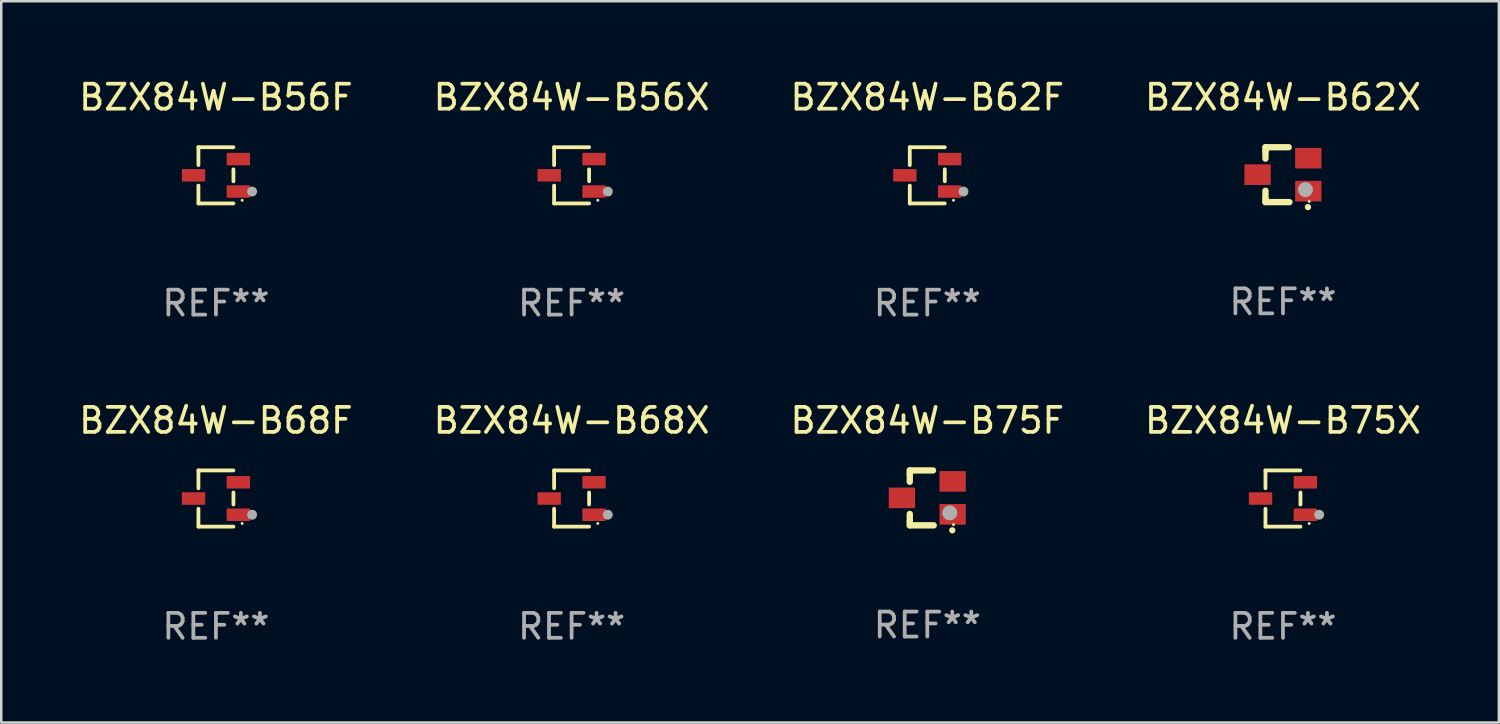
<source format=kicad_pcb>
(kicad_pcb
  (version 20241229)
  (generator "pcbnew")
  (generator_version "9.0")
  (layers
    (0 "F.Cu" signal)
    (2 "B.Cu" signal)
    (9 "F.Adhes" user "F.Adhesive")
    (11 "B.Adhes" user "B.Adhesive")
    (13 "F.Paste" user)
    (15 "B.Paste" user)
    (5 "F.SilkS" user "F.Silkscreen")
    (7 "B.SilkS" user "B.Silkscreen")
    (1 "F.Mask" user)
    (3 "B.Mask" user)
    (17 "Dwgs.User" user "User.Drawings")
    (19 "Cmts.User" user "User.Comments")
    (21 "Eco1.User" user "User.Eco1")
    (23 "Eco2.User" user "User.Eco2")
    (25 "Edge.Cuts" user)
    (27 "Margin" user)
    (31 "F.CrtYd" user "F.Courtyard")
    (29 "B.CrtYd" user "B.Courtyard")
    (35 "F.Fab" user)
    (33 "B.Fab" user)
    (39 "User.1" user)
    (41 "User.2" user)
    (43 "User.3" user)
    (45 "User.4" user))
  (footprint "BZX84W-B62F"
    (layer "F.Cu")
    (at 34.101 3.974)
    (property "Reference" "BZX84W-B62F" (at 0 -3.126 0) (layer "F.SilkS") (effects (font (size 1 1) (thickness 0.15))))
    (attr through_hole)
    (fp_line (start -0.701 -1.126) (end -0.701 -0.411) (stroke (width 0.152) (type solid)) (layer "F.SilkS"))
    (fp_line (start -0.701 1.126) (end -0.701 0.411) (stroke (width 0.152) (type solid)) (layer "F.SilkS"))
    (fp_line (start 0.701 -1.126) (end -0.701 -1.126) (stroke (width 0.152) (type solid)) (layer "F.SilkS"))
    (fp_line (start 0.701 -0.239) (end 0.701 0.239) (stroke (width 0.152) (type solid)) (layer "F.SilkS"))
    (fp_line (start 0.701 1.126) (end -0.701 1.126) (stroke (width 0.152) (type solid)) (layer "F.SilkS"))
    (fp_circle (center 1.05 1) (end 1.08 1) (stroke (width 0.06) (type solid)) (fill no) (layer "F.SilkS"))
    (fp_circle (center 1.45 0.65) (end 1.55 0.65) (stroke (width 0.2) (type solid)) (fill no) (layer "F.Fab"))
    (fp_text user "REF**" (at 0 5.126 0) (layer "F.Fab") (effects (font (size 1 1) (thickness 0.15))))
    (pad "1" smd rect (at 0.898 0.65) (size 0.936 0.5) (layers "F.Cu" "F.Mask" "F.Paste"))
    (pad "2" smd rect (at 0.898 -0.65) (size 0.936 0.5) (layers "F.Cu" "F.Mask" "F.Paste"))
    (pad "3" smd rect (at -0.898 0) (size 0.936 0.5) (layers "F.Cu" "F.Mask" "F.Paste")))
  (footprint "BZX84W-B56F"
    (layer "F.Cu")
    (at 5.601 3.974)
    (property "Reference" "BZX84W-B56F" (at 0 -3.126 0) (layer "F.SilkS") (effects (font (size 1 1) (thickness 0.15))))
    (attr through_hole)
    (fp_line (start -0.701 -1.126) (end -0.701 -0.411) (stroke (width 0.152) (type solid)) (layer "F.SilkS"))
    (fp_line (start -0.701 1.126) (end -0.701 0.411) (stroke (width 0.152) (type solid)) (layer "F.SilkS"))
    (fp_line (start 0.701 -1.126) (end -0.701 -1.126) (stroke (width 0.152) (type solid)) (layer "F.SilkS"))
    (fp_line (start 0.701 -0.239) (end 0.701 0.239) (stroke (width 0.152) (type solid)) (layer "F.SilkS"))
    (fp_line (start 0.701 1.126) (end -0.701 1.126) (stroke (width 0.152) (type solid)) (layer "F.SilkS"))
    (fp_circle (center 1.05 1) (end 1.08 1) (stroke (width 0.06) (type solid)) (fill no) (layer "F.SilkS"))
    (fp_circle (center 1.45 0.65) (end 1.55 0.65) (stroke (width 0.2) (type solid)) (fill no) (layer "F.Fab"))
    (fp_text user "REF**" (at 0 5.126 0) (layer "F.Fab") (effects (font (size 1 1) (thickness 0.15))))
    (pad "1" smd rect (at 0.898 0.65) (size 0.936 0.5) (layers "F.Cu" "F.Mask" "F.Paste"))
    (pad "2" smd rect (at 0.898 -0.65) (size 0.936 0.5) (layers "F.Cu" "F.Mask" "F.Paste"))
    (pad "3" smd rect (at -0.898 0) (size 0.936 0.5) (layers "F.Cu" "F.Mask" "F.Paste")))
  (footprint "BZX84W-B56X"
    (layer "F.Cu")
    (at 19.851 3.974)
    (property "Reference" "BZX84W-B56X" (at 0 -3.126 0) (layer "F.SilkS") (effects (font (size 1 1) (thickness 0.15))))
    (attr through_hole)
    (fp_line (start -0.701 -1.126) (end -0.701 -0.411) (stroke (width 0.152) (type solid)) (layer "F.SilkS"))
    (fp_line (start -0.701 1.126) (end -0.701 0.411) (stroke (width 0.152) (type solid)) (layer "F.SilkS"))
    (fp_line (start 0.701 -1.126) (end -0.701 -1.126) (stroke (width 0.152) (type solid)) (layer "F.SilkS"))
    (fp_line (start 0.701 -0.239) (end 0.701 0.239) (stroke (width 0.152) (type solid)) (layer "F.SilkS"))
    (fp_line (start 0.701 1.126) (end -0.701 1.126) (stroke (width 0.152) (type solid)) (layer "F.SilkS"))
    (fp_circle (center 1.05 1) (end 1.08 1) (stroke (width 0.06) (type solid)) (fill no) (layer "F.SilkS"))
    (fp_circle (center 1.45 0.65) (end 1.55 0.65) (stroke (width 0.2) (type solid)) (fill no) (layer "F.Fab"))
    (fp_text user "REF**" (at 0 5.126 0) (layer "F.Fab") (effects (font (size 1 1) (thickness 0.15))))
    (pad "1" smd rect (at 0.898 0.65) (size 0.936 0.5) (layers "F.Cu" "F.Mask" "F.Paste"))
    (pad "2" smd rect (at 0.898 -0.65) (size 0.936 0.5) (layers "F.Cu" "F.Mask" "F.Paste"))
    (pad "3" smd rect (at -0.898 0) (size 0.936 0.5) (layers "F.Cu" "F.Mask" "F.Paste")))
  (footprint "BZX84W-B68X"
    (layer "F.Cu")
    (at 19.851 16.923)
    (property "Reference" "BZX84W-B68X" (at 0 -3.126 0) (layer "F.SilkS") (effects (font (size 1 1) (thickness 0.15))))
    (attr through_hole)
    (fp_line (start -0.701 -1.126) (end -0.701 -0.411) (stroke (width 0.152) (type solid)) (layer "F.SilkS"))
    (fp_line (start -0.701 1.126) (end -0.701 0.411) (stroke (width 0.152) (type solid)) (layer "F.SilkS"))
    (fp_line (start 0.701 -1.126) (end -0.701 -1.126) (stroke (width 0.152) (type solid)) (layer "F.SilkS"))
    (fp_line (start 0.701 -0.239) (end 0.701 0.239) (stroke (width 0.152) (type solid)) (layer "F.SilkS"))
    (fp_line (start 0.701 1.126) (end -0.701 1.126) (stroke (width 0.152) (type solid)) (layer "F.SilkS"))
    (fp_circle (center 1.05 1) (end 1.08 1) (stroke (width 0.06) (type solid)) (fill no) (layer "F.SilkS"))
    (fp_circle (center 1.45 0.65) (end 1.55 0.65) (stroke (width 0.2) (type solid)) (fill no) (layer "F.Fab"))
    (fp_text user "REF**" (at 0 5.126 0) (layer "F.Fab") (effects (font (size 1 1) (thickness 0.15))))
    (pad "1" smd rect (at 0.898 0.65) (size 0.936 0.5) (layers "F.Cu" "F.Mask" "F.Paste"))
    (pad "2" smd rect (at 0.898 -0.65) (size 0.936 0.5) (layers "F.Cu" "F.Mask" "F.Paste"))
    (pad "3" smd rect (at -0.898 0) (size 0.936 0.5) (layers "F.Cu" "F.Mask" "F.Paste")))
  (footprint "BZX84W-B62X"
    (layer "F.Cu")
    (at 48.351 3.948)
    (property "Reference" "BZX84W-B62X" (at 0 -3.1 0) (layer "F.SilkS") (effects (font (size 1 1) (thickness 0.15))))
    (attr through_hole)
    (fp_line (start -0.701 -0.95) (end -0.701 -1.1) (stroke (width 0.254) (type solid)) (layer "F.SilkS"))
    (fp_line (start -0.701 -0.644) (end -0.701 -0.95) (stroke (width 0.254) (type solid)) (layer "F.SilkS"))
    (fp_line (start -0.701 0.95) (end -0.701 0.644) (stroke (width 0.254) (type solid)) (layer "F.SilkS"))
    (fp_line (start -0.701 0.95) (end -0.701 1.1) (stroke (width 0.254) (type solid)) (layer "F.SilkS"))
    (fp_line (start -0.7 -1.1) (end 0.23 -1.1) (stroke (width 0.254) (type solid)) (layer "F.SilkS"))
    (fp_line (start -0.7 1.1) (end 0.258 1.1) (stroke (width 0.254) (type solid)) (layer "F.SilkS"))
    (fp_arc (start 1 1.3) (mid 1.00127 1.299994) (end 1.00254 1.3) (stroke (width 0.24892) (type solid)) (layer "F.SilkS"))
    (fp_circle (center 1.05 1.075) (end 1.08 1.075) (stroke (width 0.06) (type solid)) (fill no) (layer "F.SilkS"))
    (fp_circle (center 0.9 0.6) (end 1.05 0.6) (stroke (width 0.3) (type solid)) (fill no) (layer "F.Fab"))
    (fp_text user "REF**" (at 0 5.1 0) (layer "F.Fab") (effects (font (size 1 1) (thickness 0.15))))
    (pad "1" smd rect (at 1.016 0.66) (size 1.054 0.826) (layers "F.Cu" "F.Mask" "F.Paste"))
    (pad "2" smd rect (at 1.016 -0.66) (size 1.054 0.826) (layers "F.Cu" "F.Mask" "F.Paste"))
    (pad "3" smd rect (at -1.016 0) (size 1.054 0.826) (layers "F.Cu" "F.Mask" "F.Paste")))
  (footprint "BZX84W-B75X"
    (layer "F.Cu")
    (at 48.351 16.923)
    (property "Reference" "BZX84W-B75X" (at 0 -3.126 0) (layer "F.SilkS") (effects (font (size 1 1) (thickness 0.15))))
    (attr through_hole)
    (fp_line (start -0.701 -1.126) (end -0.701 -0.411) (stroke (width 0.152) (type solid)) (layer "F.SilkS"))
    (fp_line (start -0.701 1.126) (end -0.701 0.411) (stroke (width 0.152) (type solid)) (layer "F.SilkS"))
    (fp_line (start 0.701 -1.126) (end -0.701 -1.126) (stroke (width 0.152) (type solid)) (layer "F.SilkS"))
    (fp_line (start 0.701 -0.239) (end 0.701 0.239) (stroke (width 0.152) (type solid)) (layer "F.SilkS"))
    (fp_line (start 0.701 1.126) (end -0.701 1.126) (stroke (width 0.152) (type solid)) (layer "F.SilkS"))
    (fp_circle (center 1.05 1) (end 1.08 1) (stroke (width 0.06) (type solid)) (fill no) (layer "F.SilkS"))
    (fp_circle (center 1.45 0.65) (end 1.55 0.65) (stroke (width 0.2) (type solid)) (fill no) (layer "F.Fab"))
    (fp_text user "REF**" (at 0 5.126 0) (layer "F.Fab") (effects (font (size 1 1) (thickness 0.15))))
    (pad "1" smd rect (at 0.898 0.65) (size 0.936 0.5) (layers "F.Cu" "F.Mask" "F.Paste"))
    (pad "2" smd rect (at 0.898 -0.65) (size 0.936 0.5) (layers "F.Cu" "F.Mask" "F.Paste"))
    (pad "3" smd rect (at -0.898 0) (size 0.936 0.5) (layers "F.Cu" "F.Mask" "F.Paste")))
  (footprint "BZX84W-B75F"
    (layer "F.Cu")
    (at 34.101 16.897)
    (property "Reference" "BZX84W-B75F" (at 0 -3.1 0) (layer "F.SilkS") (effects (font (size 1 1) (thickness 0.15))))
    (attr through_hole)
    (fp_line (start -0.701 -0.95) (end -0.701 -1.1) (stroke (width 0.254) (type solid)) (layer "F.SilkS"))
    (fp_line (start -0.701 -0.644) (end -0.701 -0.95) (stroke (width 0.254) (type solid)) (layer "F.SilkS"))
    (fp_line (start -0.701 0.95) (end -0.701 0.644) (stroke (width 0.254) (type solid)) (layer "F.SilkS"))
    (fp_line (start -0.701 0.95) (end -0.701 1.1) (stroke (width 0.254) (type solid)) (layer "F.SilkS"))
    (fp_line (start -0.7 -1.1) (end 0.23 -1.1) (stroke (width 0.254) (type solid)) (layer "F.SilkS"))
    (fp_line (start -0.7 1.1) (end 0.258 1.1) (stroke (width 0.254) (type solid)) (layer "F.SilkS"))
    (fp_arc (start 1 1.3) (mid 1.00127 1.299994) (end 1.00254 1.3) (stroke (width 0.24892) (type solid)) (layer "F.SilkS"))
    (fp_circle (center 1.05 1.075) (end 1.08 1.075) (stroke (width 0.06) (type solid)) (fill no) (layer "F.SilkS"))
    (fp_circle (center 0.9 0.6) (end 1.05 0.6) (stroke (width 0.3) (type solid)) (fill no) (layer "F.Fab"))
    (fp_text user "REF**" (at 0 5.1 0) (layer "F.Fab") (effects (font (size 1 1) (thickness 0.15))))
    (pad "1" smd rect (at 1.016 0.66) (size 1.054 0.826) (layers "F.Cu" "F.Mask" "F.Paste"))
    (pad "2" smd rect (at 1.016 -0.66) (size 1.054 0.826) (layers "F.Cu" "F.Mask" "F.Paste"))
    (pad "3" smd rect (at -1.016 0) (size 1.054 0.826) (layers "F.Cu" "F.Mask" "F.Paste")))
  (footprint "BZX84W-B68F"
    (layer "F.Cu")
    (at 5.601 16.923)
    (property "Reference" "BZX84W-B68F" (at 0 -3.126 0) (layer "F.SilkS") (effects (font (size 1 1) (thickness 0.15))))
    (attr through_hole)
    (fp_line (start -0.701 -1.126) (end -0.701 -0.411) (stroke (width 0.152) (type solid)) (layer "F.SilkS"))
    (fp_line (start -0.701 1.126) (end -0.701 0.411) (stroke (width 0.152) (type solid)) (layer "F.SilkS"))
    (fp_line (start 0.701 -1.126) (end -0.701 -1.126) (stroke (width 0.152) (type solid)) (layer "F.SilkS"))
    (fp_line (start 0.701 -0.239) (end 0.701 0.239) (stroke (width 0.152) (type solid)) (layer "F.SilkS"))
    (fp_line (start 0.701 1.126) (end -0.701 1.126) (stroke (width 0.152) (type solid)) (layer "F.SilkS"))
    (fp_circle (center 1.05 1) (end 1.08 1) (stroke (width 0.06) (type solid)) (fill no) (layer "F.SilkS"))
    (fp_circle (center 1.45 0.65) (end 1.55 0.65) (stroke (width 0.2) (type solid)) (fill no) (layer "F.Fab"))
    (fp_text user "REF**" (at 0 5.126 0) (layer "F.Fab") (effects (font (size 1 1) (thickness 0.15))))
    (pad "1" smd rect (at 0.898 0.65) (size 0.936 0.5) (layers "F.Cu" "F.Mask" "F.Paste"))
    (pad "2" smd rect (at 0.898 -0.65) (size 0.936 0.5) (layers "F.Cu" "F.Mask" "F.Paste"))
    (pad "3" smd rect (at -0.898 0) (size 0.936 0.5) (layers "F.Cu" "F.Mask" "F.Paste")))
  (gr_rect
    (start -3 -3)
    (end 57 25.898)
    (stroke (width 0.1) (type default))
    (fill no)
    (layer "Edge.Cuts")))
</source>
